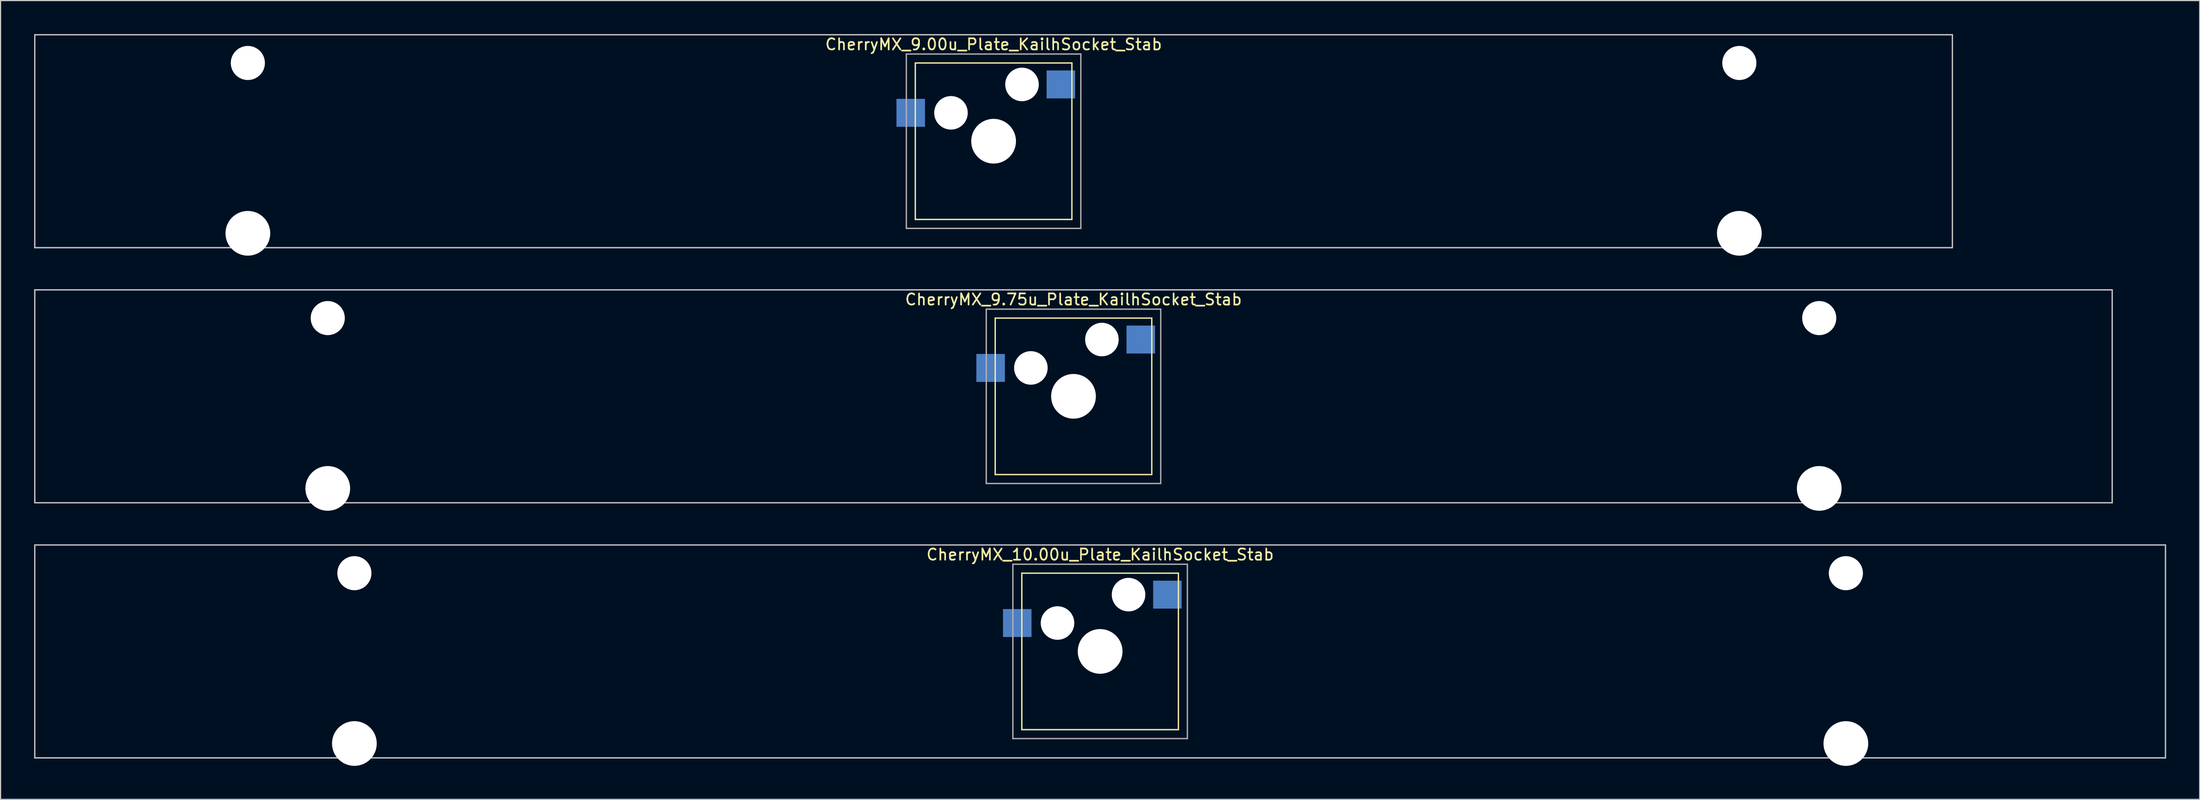
<source format=kicad_pcb>
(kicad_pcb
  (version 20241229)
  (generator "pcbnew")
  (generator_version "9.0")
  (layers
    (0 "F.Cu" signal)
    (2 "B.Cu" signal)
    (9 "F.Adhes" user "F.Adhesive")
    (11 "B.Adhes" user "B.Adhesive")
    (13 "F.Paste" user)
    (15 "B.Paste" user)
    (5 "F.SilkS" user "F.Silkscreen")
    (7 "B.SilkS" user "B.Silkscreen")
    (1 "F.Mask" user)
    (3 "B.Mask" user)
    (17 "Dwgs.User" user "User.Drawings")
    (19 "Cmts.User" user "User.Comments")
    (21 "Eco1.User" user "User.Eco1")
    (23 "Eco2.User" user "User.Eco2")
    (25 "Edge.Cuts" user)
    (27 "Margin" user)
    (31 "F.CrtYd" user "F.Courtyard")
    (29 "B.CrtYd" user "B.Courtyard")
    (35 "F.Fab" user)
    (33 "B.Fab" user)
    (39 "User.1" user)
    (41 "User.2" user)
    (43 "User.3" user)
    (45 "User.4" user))
  (footprint "CherryMX_9.75u_Plate_KailhSocket_Stab"
    (layer "F.Cu")
    (at 92.929 32.41)
    (property "Reference" "CherryMX_9.75u_Plate_KailhSocket_Stab" (at 0 -8.662 0) (layer "F.SilkS") (effects (font (size 1 1) (thickness 0.15))))
    (attr through_hole)
    (fp_line (start -7 -7) (end -7 7) (stroke (width 0.12) (type solid)) (layer "F.SilkS"))
    (fp_line (start -7 -7) (end 7 -7) (stroke (width 0.12) (type solid)) (layer "F.SilkS"))
    (fp_line (start 7 -7) (end 7 7) (stroke (width 0.12) (type solid)) (layer "F.SilkS"))
    (fp_line (start 7 7) (end -7 7) (stroke (width 0.12) (type solid)) (layer "F.SilkS"))
    (fp_line (start -92.869 -9.525) (end 92.869 -9.525) (stroke (width 0.12) (type solid)) (layer "Dwgs.User"))
    (fp_line (start -92.869 9.525) (end -92.869 -9.525) (stroke (width 0.12) (type solid)) (layer "Dwgs.User"))
    (fp_line (start 92.869 -9.525) (end 92.869 9.525) (stroke (width 0.12) (type solid)) (layer "Dwgs.User"))
    (fp_line (start 92.869 9.525) (end -92.869 9.525) (stroke (width 0.12) (type solid)) (layer "Dwgs.User"))
    (fp_line (start -7.8 -7.8) (end -7.8 7.8) (stroke (width 0.12) (type solid)) (layer "F.Fab"))
    (fp_line (start -7.8 -7.8) (end 7.8 -7.8) (stroke (width 0.12) (type solid)) (layer "F.Fab"))
    (fp_line (start -7.8 7.8) (end 7.8 7.8) (stroke (width 0.12) (type solid)) (layer "F.Fab"))
    (fp_line (start 7.8 -7.8) (end 7.8 7.8) (stroke (width 0.12) (type solid)) (layer "F.Fab"))
    (pad "" np_thru_hole circle (at -66.675 -7) (size 3.05 3.05) (drill 3.05) (layers "*.Cu" "*.Mask"))
    (pad "" np_thru_hole circle (at -66.675 8.24) (size 4 4) (drill 4) (layers "*.Cu" "*.Mask"))
    (pad "" np_thru_hole circle (at -3.81 -2.54) (size 3 3) (drill 3) (layers "*.Cu" "*.Mask"))
    (pad "" np_thru_hole circle (at 0 0) (size 4 4) (drill 4) (layers "*.Cu" "*.Mask"))
    (pad "" np_thru_hole circle (at 2.54 -5.08) (size 3 3) (drill 3) (layers "*.Cu" "*.Mask"))
    (pad "" np_thru_hole circle (at 66.675 -7) (size 3.05 3.05) (drill 3.05) (layers "*.Cu" "*.Mask"))
    (pad "" np_thru_hole circle (at 66.675 8.24) (size 4 4) (drill 4) (layers "*.Cu" "*.Mask"))
    (pad "1" smd rect (at -7.41 -2.54) (size 2.55 2.5) (layers "B.Cu" "B.Mask" "B.Paste"))
    (pad "2" smd rect (at 6.015 -5.08) (size 2.55 2.5) (layers "B.Cu" "B.Mask" "B.Paste")))
  (footprint "CherryMX_10.00u_Plate_KailhSocket_Stab"
    (layer "F.Cu")
    (at 95.31 55.235)
    (property "Reference" "CherryMX_10.00u_Plate_KailhSocket_Stab" (at 0 -8.662 0) (layer "F.SilkS") (effects (font (size 1 1) (thickness 0.15))))
    (attr through_hole)
    (fp_line (start -7 -7) (end -7 7) (stroke (width 0.12) (type solid)) (layer "F.SilkS"))
    (fp_line (start -7 -7) (end 7 -7) (stroke (width 0.12) (type solid)) (layer "F.SilkS"))
    (fp_line (start 7 -7) (end 7 7) (stroke (width 0.12) (type solid)) (layer "F.SilkS"))
    (fp_line (start 7 7) (end -7 7) (stroke (width 0.12) (type solid)) (layer "F.SilkS"))
    (fp_line (start -95.25 -9.525) (end 95.25 -9.525) (stroke (width 0.12) (type solid)) (layer "Dwgs.User"))
    (fp_line (start -95.25 9.525) (end -95.25 -9.525) (stroke (width 0.12) (type solid)) (layer "Dwgs.User"))
    (fp_line (start 95.25 -9.525) (end 95.25 9.525) (stroke (width 0.12) (type solid)) (layer "Dwgs.User"))
    (fp_line (start 95.25 9.525) (end -95.25 9.525) (stroke (width 0.12) (type solid)) (layer "Dwgs.User"))
    (fp_line (start -7.8 -7.8) (end -7.8 7.8) (stroke (width 0.12) (type solid)) (layer "F.Fab"))
    (fp_line (start -7.8 -7.8) (end 7.8 -7.8) (stroke (width 0.12) (type solid)) (layer "F.Fab"))
    (fp_line (start -7.8 7.8) (end 7.8 7.8) (stroke (width 0.12) (type solid)) (layer "F.Fab"))
    (fp_line (start 7.8 -7.8) (end 7.8 7.8) (stroke (width 0.12) (type solid)) (layer "F.Fab"))
    (pad "" np_thru_hole circle (at -66.675 -7) (size 3.05 3.05) (drill 3.05) (layers "*.Cu" "*.Mask"))
    (pad "" np_thru_hole circle (at -66.675 8.24) (size 4 4) (drill 4) (layers "*.Cu" "*.Mask"))
    (pad "" np_thru_hole circle (at -3.81 -2.54) (size 3 3) (drill 3) (layers "*.Cu" "*.Mask"))
    (pad "" np_thru_hole circle (at 0 0) (size 4 4) (drill 4) (layers "*.Cu" "*.Mask"))
    (pad "" np_thru_hole circle (at 2.54 -5.08) (size 3 3) (drill 3) (layers "*.Cu" "*.Mask"))
    (pad "" np_thru_hole circle (at 66.675 -7) (size 3.05 3.05) (drill 3.05) (layers "*.Cu" "*.Mask"))
    (pad "" np_thru_hole circle (at 66.675 8.24) (size 4 4) (drill 4) (layers "*.Cu" "*.Mask"))
    (pad "1" smd rect (at -7.41 -2.54) (size 2.55 2.5) (layers "B.Cu" "B.Mask" "B.Paste"))
    (pad "2" smd rect (at 6.015 -5.08) (size 2.55 2.5) (layers "B.Cu" "B.Mask" "B.Paste")))
  (footprint "CherryMX_9.00u_Plate_KailhSocket_Stab"
    (layer "F.Cu")
    (at 85.785 9.585)
    (property "Reference" "CherryMX_9.00u_Plate_KailhSocket_Stab" (at 0 -8.662 0) (layer "F.SilkS") (effects (font (size 1 1) (thickness 0.15))))
    (attr through_hole)
    (fp_line (start -7 -7) (end -7 7) (stroke (width 0.12) (type solid)) (layer "F.SilkS"))
    (fp_line (start -7 -7) (end 7 -7) (stroke (width 0.12) (type solid)) (layer "F.SilkS"))
    (fp_line (start 7 -7) (end 7 7) (stroke (width 0.12) (type solid)) (layer "F.SilkS"))
    (fp_line (start 7 7) (end -7 7) (stroke (width 0.12) (type solid)) (layer "F.SilkS"))
    (fp_line (start -85.725 -9.525) (end 85.725 -9.525) (stroke (width 0.12) (type solid)) (layer "Dwgs.User"))
    (fp_line (start -85.725 9.525) (end -85.725 -9.525) (stroke (width 0.12) (type solid)) (layer "Dwgs.User"))
    (fp_line (start 85.725 -9.525) (end 85.725 9.525) (stroke (width 0.12) (type solid)) (layer "Dwgs.User"))
    (fp_line (start 85.725 9.525) (end -85.725 9.525) (stroke (width 0.12) (type solid)) (layer "Dwgs.User"))
    (fp_line (start -7.8 -7.8) (end -7.8 7.8) (stroke (width 0.12) (type solid)) (layer "F.Fab"))
    (fp_line (start -7.8 -7.8) (end 7.8 -7.8) (stroke (width 0.12) (type solid)) (layer "F.Fab"))
    (fp_line (start -7.8 7.8) (end 7.8 7.8) (stroke (width 0.12) (type solid)) (layer "F.Fab"))
    (fp_line (start 7.8 -7.8) (end 7.8 7.8) (stroke (width 0.12) (type solid)) (layer "F.Fab"))
    (pad "" np_thru_hole circle (at -66.675 -7) (size 3.05 3.05) (drill 3.05) (layers "*.Cu" "*.Mask"))
    (pad "" np_thru_hole circle (at -66.675 8.24) (size 4 4) (drill 4) (layers "*.Cu" "*.Mask"))
    (pad "" np_thru_hole circle (at -3.81 -2.54) (size 3 3) (drill 3) (layers "*.Cu" "*.Mask"))
    (pad "" np_thru_hole circle (at 0 0) (size 4 4) (drill 4) (layers "*.Cu" "*.Mask"))
    (pad "" np_thru_hole circle (at 2.54 -5.08) (size 3 3) (drill 3) (layers "*.Cu" "*.Mask"))
    (pad "" np_thru_hole circle (at 66.675 -7) (size 3.05 3.05) (drill 3.05) (layers "*.Cu" "*.Mask"))
    (pad "" np_thru_hole circle (at 66.675 8.24) (size 4 4) (drill 4) (layers "*.Cu" "*.Mask"))
    (pad "1" smd rect (at -7.41 -2.54) (size 2.55 2.5) (layers "B.Cu" "B.Mask" "B.Paste"))
    (pad "2" smd rect (at 6.015 -5.08) (size 2.55 2.5) (layers "B.Cu" "B.Mask" "B.Paste")))
  (gr_rect
    (start -3 -3)
    (end 193.62 68.475)
    (stroke (width 0.1) (type default))
    (fill no)
    (layer "Edge.Cuts")))
</source>
